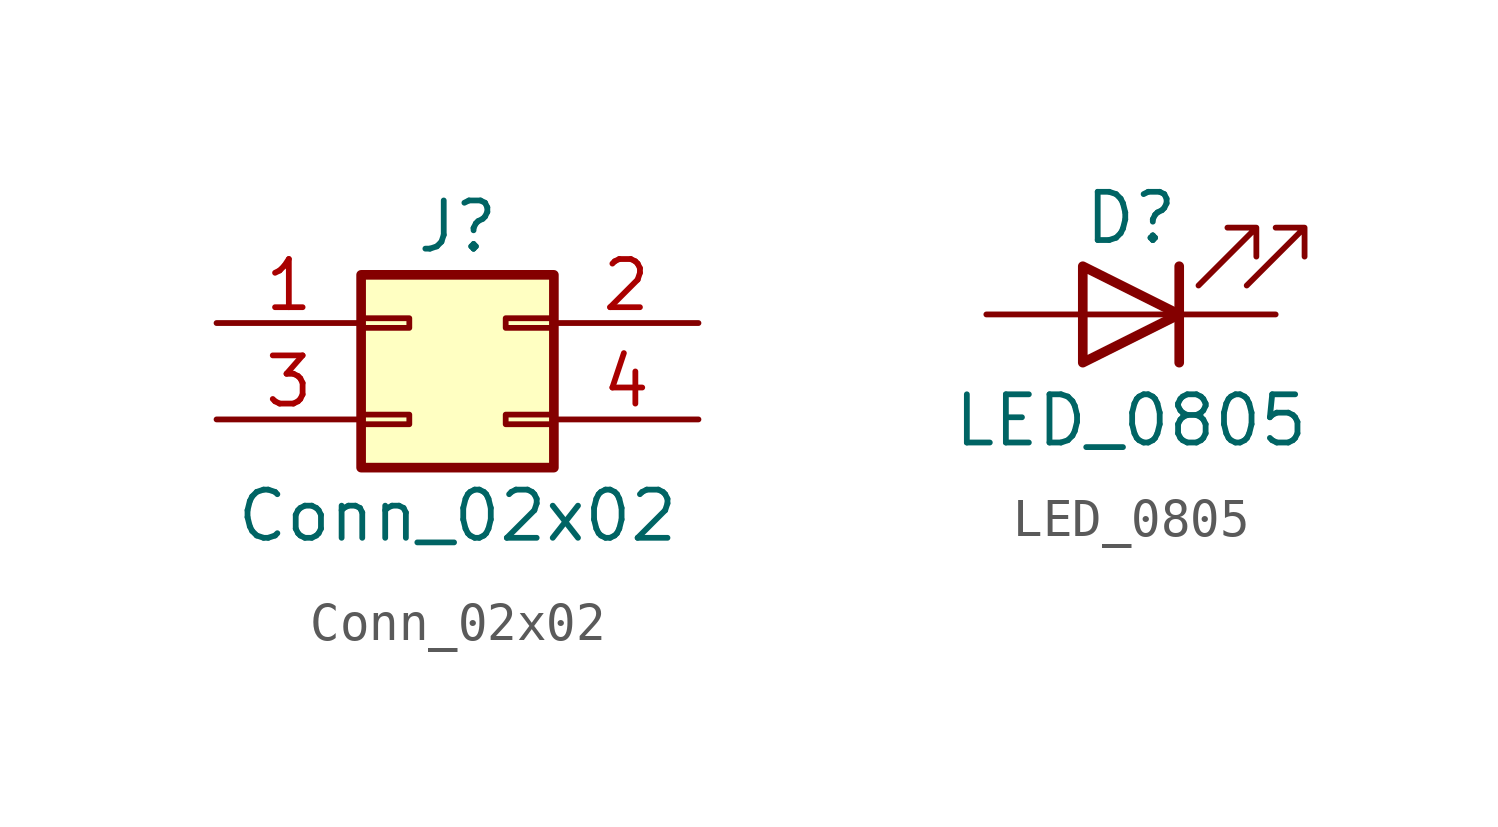
<source format=kicad_sym>
(kicad_symbol_lib
  (version 20241209)
  (generator "kicad_symbol_editor")
  (generator_version "9.0")
  (symbol "Conn_02x02"
    (pin_names
      (offset 1.016)
      (hide yes))
    (property "Reference" "J"
      (at 0 3.81 0)
      (effects (font (size 1.27 1.27))))
    (property "Value" "Conn_02x02"
      (at 0 -3.81 0)
      (effects (font (size 1.27 1.27))))
    (symbol "Conn_02x02_1_1"
      (rectangle (start -2.54 2.54) (end 2.54 -2.54) (stroke (width 0.254) (type default)) (fill (type background)))
      (rectangle (start -2.54 1.397) (end -1.27 1.143) (stroke (width 0.152) (type default)) (fill (type none)))
      (rectangle (start -2.54 -1.143) (end -1.27 -1.397) (stroke (width 0.152) (type default)) (fill (type none)))
      (rectangle (start 2.54 1.397) (end 1.27 1.143) (stroke (width 0.152) (type default)) (fill (type none)))
      (rectangle (start 2.54 -1.143) (end 1.27 -1.397) (stroke (width 0.152) (type default)) (fill (type none)))
      (pin passive line (at -6.35 1.27 0) (length 3.81) (name "Pin_1" (effects (font (size 1.27 1.27)))) (number "1" (effects (font (size 1.27 1.27)))))
      (pin passive line (at -6.35 -1.27 0) (length 3.81) (name "Pin_3" (effects (font (size 1.27 1.27)))) (number "3" (effects (font (size 1.27 1.27)))))
      (pin passive line (at 6.35 1.27 180) (length 3.81) (name "Pin_2" (effects (font (size 1.27 1.27)))) (number "2" (effects (font (size 1.27 1.27)))))
      (pin passive line (at 6.35 -1.27 180) (length 3.81) (name "Pin_4" (effects (font (size 1.27 1.27)))) (number "4" (effects (font (size 1.27 1.27)))))))
  (symbol "LED_0805"
    (pin_numbers
      (hide yes))
    (pin_names
      (offset 1.016)
      (hide yes))
    (property "Reference" "D"
      (at 0 2.54 0)
      (effects (font (size 1.27 1.27))))
    (property "Value" "LED_0805"
      (at 0 -2.794 0)
      (effects (font (size 1.27 1.27))))
    (symbol "LED_0805_0_1"
      (polyline (pts (xy -1.27 1.27) (xy -1.27 -1.27) (xy 1.27 0) (xy -1.27 1.27)) (stroke (width 0.254) (type default)) (fill (type none)))
      (polyline (pts (xy 1.27 1.27) (xy 1.27 -1.27)) (stroke (width 0.254) (type default)) (fill (type none)))
      (polyline (pts (xy 1.27 0) (xy -1.27 0)) (stroke (width 0) (type default)) (fill (type none)))
      (polyline (pts (xy 1.778 0.762) (xy 3.302 2.286) (xy 2.54 2.286) (xy 3.302 2.286) (xy 3.302 1.524)) (stroke (width 0) (type default)) (fill (type none)))
      (polyline (pts (xy 3.048 0.762) (xy 4.572 2.286) (xy 3.81 2.286) (xy 4.572 2.286) (xy 4.572 1.524)) (stroke (width 0) (type default)) (fill (type none))))
    (symbol "LED_0805_1_1"
      (pin passive line (at -3.81 0 0) (length 2.54) (name "A" (effects (font (size 1.27 1.27)))) (number "2" (effects (font (size 1.27 1.27)))))
      (pin passive line (at 3.81 0 180) (length 2.54) (name "K" (effects (font (size 1.27 1.27)))) (number "1" (effects (font (size 1.27 1.27))))))))
</source>
